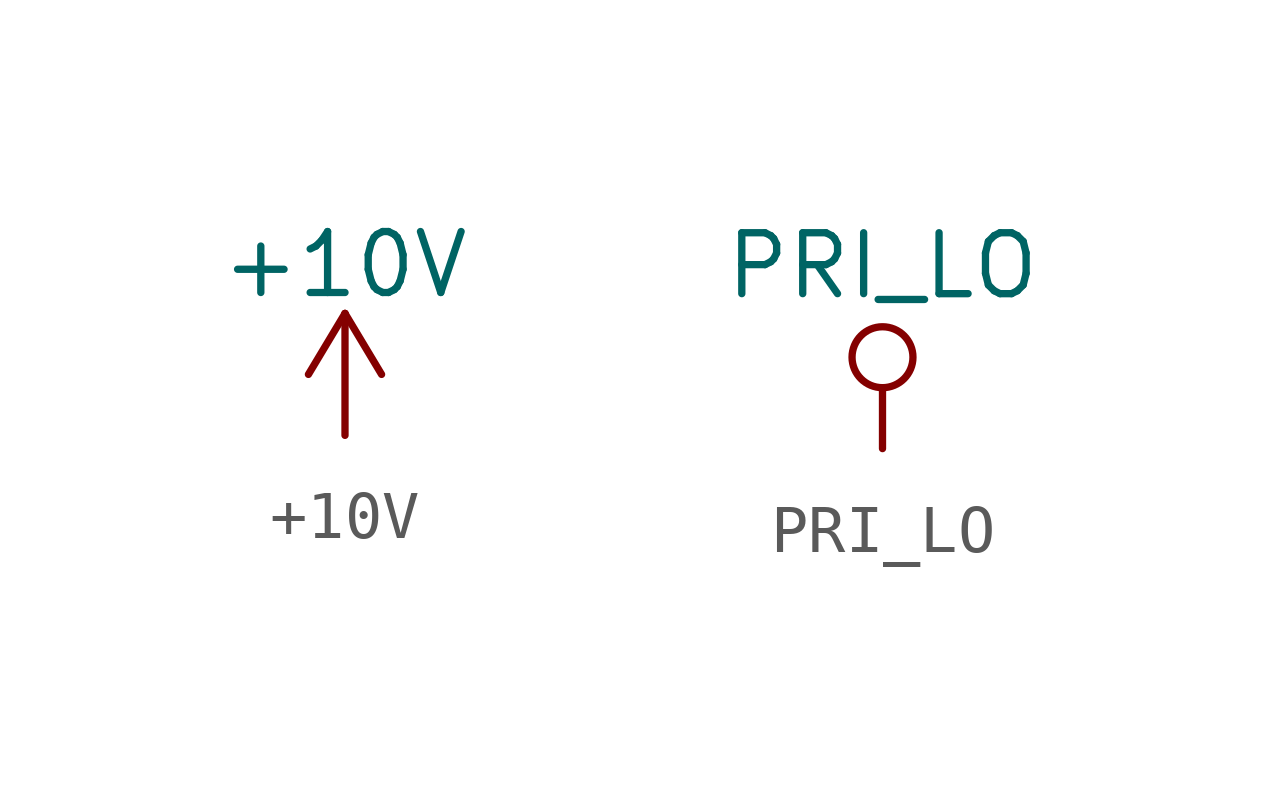
<source format=kicad_sym>
(kicad_symbol_lib
  (version 20201005)
  (generator kicad_symbol_editor)
  (symbol "+10V"
    (power)
    (pin_names
      (offset 0))
    (property "Reference" "#PWR"
      (at 0 -3.81 0)
      (effects (font (size 1.27 1.27)) hide))
    (property "Value" "+10V"
      (at 0 3.556 0)
      (effects (font (size 1.27 1.27))))
    (symbol "+10V_0_1"
      (polyline (pts (xy -0.762 1.27) (xy 0 2.54)) (stroke (width 0)) (fill (type none)))
      (polyline (pts (xy 0 0) (xy 0 2.54)) (stroke (width 0)) (fill (type none)))
      (polyline (pts (xy 0 2.54) (xy 0.762 1.27)) (stroke (width 0)) (fill (type none))))
    (symbol "+10V_1_1"
      (pin power_in line (at 0 0 90) (length 0) hide (name "+10V" (effects (font (size 1.27 1.27)))) (number "1" (effects (font (size 1.27 1.27)))))))
  (symbol "PRI_LO"
    (power)
    (pin_names
      (offset 0))
    (property "Reference" "#PWR"
      (at 0 -3.81 0)
      (effects (font (size 1.27 1.27)) hide))
    (property "Value" "PRI_LO"
      (at 0 3.81 0)
      (effects (font (size 1.27 1.27))))
    (symbol "PRI_LO_0_1"
      (circle (center 0 1.905) (radius 0.635) (stroke (width 0)) (fill (type none)))
      (polyline (pts (xy 0 0) (xy 0 1.27)) (stroke (width 0)) (fill (type none))))
    (symbol "PRI_LO_1_1"
      (pin power_in line (at 0 0 90) (length 0) hide (name "PRI_LO" (effects (font (size 1.27 1.27)))) (number "1" (effects (font (size 1.27 1.27))))))))
</source>
